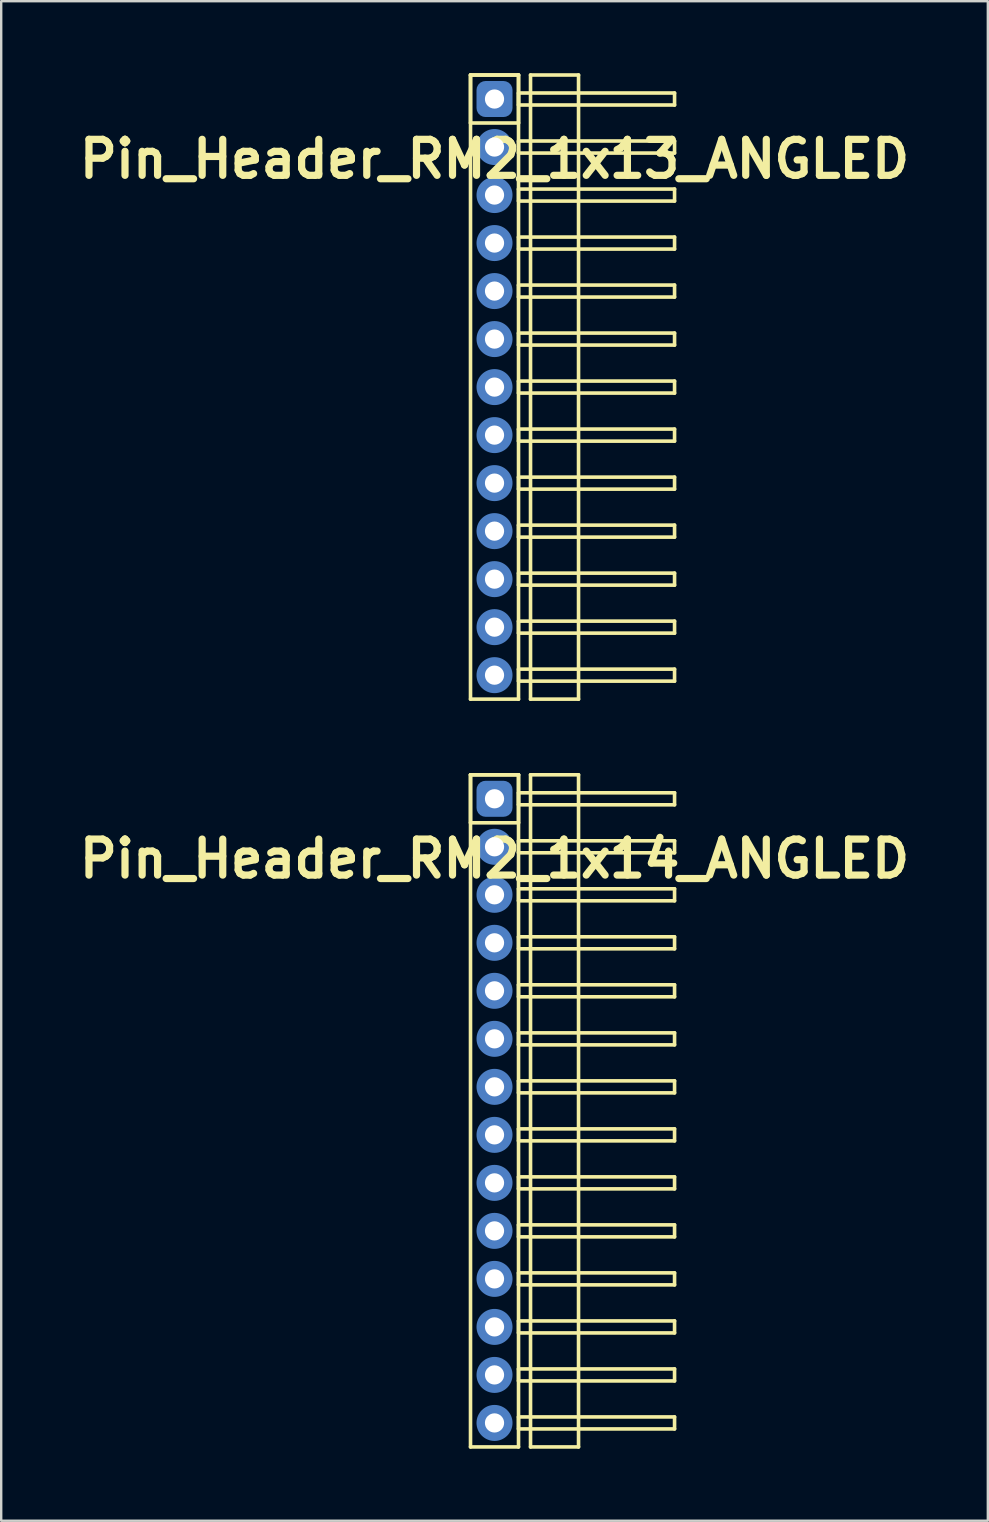
<source format=kicad_pcb>
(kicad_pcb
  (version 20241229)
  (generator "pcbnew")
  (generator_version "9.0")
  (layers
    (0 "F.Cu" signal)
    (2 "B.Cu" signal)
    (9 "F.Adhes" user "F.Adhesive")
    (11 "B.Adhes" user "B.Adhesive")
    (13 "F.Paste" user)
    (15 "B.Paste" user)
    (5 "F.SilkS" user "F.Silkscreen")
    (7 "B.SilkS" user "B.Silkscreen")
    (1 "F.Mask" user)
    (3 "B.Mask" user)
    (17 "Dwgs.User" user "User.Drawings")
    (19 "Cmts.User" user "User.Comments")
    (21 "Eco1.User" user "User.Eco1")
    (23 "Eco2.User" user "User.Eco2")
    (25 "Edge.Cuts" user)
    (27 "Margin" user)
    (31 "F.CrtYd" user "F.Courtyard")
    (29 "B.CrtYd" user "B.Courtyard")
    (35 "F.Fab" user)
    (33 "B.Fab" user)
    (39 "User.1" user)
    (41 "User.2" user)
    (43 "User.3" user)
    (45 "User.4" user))
  (footprint "Pin_Header_RM2_1x13_ANGLED"
    (layer "F.Cu")
    (at 17.55 1.075)
    (property "Reference" "Pin_Header_RM2_1x13_ANGLED" (at 0 2.5 0) (layer "F.SilkS") (effects (font (size 1.5 1.5) (thickness 0.3))))
    (attr through_hole)
    (fp_line (start -1 -1) (end 1 -1) (stroke (width 0.15) (type solid)) (layer "F.SilkS"))
    (fp_line (start -1 -1) (end 1 -1) (stroke (width 0.15) (type solid)) (layer "F.SilkS"))
    (fp_line (start -1 1) (end -1 -1) (stroke (width 0.15) (type solid)) (layer "F.SilkS"))
    (fp_line (start -1 25) (end -1 -1) (stroke (width 0.15) (type solid)) (layer "F.SilkS"))
    (fp_line (start 1 -1) (end 1 1) (stroke (width 0.15) (type solid)) (layer "F.SilkS"))
    (fp_line (start 1 -1) (end 1 25) (stroke (width 0.15) (type solid)) (layer "F.SilkS"))
    (fp_line (start 1 -0.25) (end 7.5 -0.25) (stroke (width 0.15) (type solid)) (layer "F.SilkS"))
    (fp_line (start 1 0.25) (end 1 -0.25) (stroke (width 0.15) (type solid)) (layer "F.SilkS"))
    (fp_line (start 1 1) (end -1 1) (stroke (width 0.15) (type solid)) (layer "F.SilkS"))
    (fp_line (start 1 1.75) (end 7.5 1.75) (stroke (width 0.15) (type solid)) (layer "F.SilkS"))
    (fp_line (start 1 2.25) (end 1 1.75) (stroke (width 0.15) (type solid)) (layer "F.SilkS"))
    (fp_line (start 1 3.75) (end 7.5 3.75) (stroke (width 0.15) (type solid)) (layer "F.SilkS"))
    (fp_line (start 1 4.25) (end 1 3.75) (stroke (width 0.15) (type solid)) (layer "F.SilkS"))
    (fp_line (start 1 5.75) (end 7.5 5.75) (stroke (width 0.15) (type solid)) (layer "F.SilkS"))
    (fp_line (start 1 6.25) (end 1 5.75) (stroke (width 0.15) (type solid)) (layer "F.SilkS"))
    (fp_line (start 1 7.75) (end 7.5 7.75) (stroke (width 0.15) (type solid)) (layer "F.SilkS"))
    (fp_line (start 1 8.25) (end 1 7.75) (stroke (width 0.15) (type solid)) (layer "F.SilkS"))
    (fp_line (start 1 9.75) (end 7.5 9.75) (stroke (width 0.15) (type solid)) (layer "F.SilkS"))
    (fp_line (start 1 10.25) (end 1 9.75) (stroke (width 0.15) (type solid)) (layer "F.SilkS"))
    (fp_line (start 1 11.75) (end 7.5 11.75) (stroke (width 0.15) (type solid)) (layer "F.SilkS"))
    (fp_line (start 1 12.25) (end 1 11.75) (stroke (width 0.15) (type solid)) (layer "F.SilkS"))
    (fp_line (start 1 13.75) (end 7.5 13.75) (stroke (width 0.15) (type solid)) (layer "F.SilkS"))
    (fp_line (start 1 14.25) (end 1 13.75) (stroke (width 0.15) (type solid)) (layer "F.SilkS"))
    (fp_line (start 1 15.75) (end 7.5 15.75) (stroke (width 0.15) (type solid)) (layer "F.SilkS"))
    (fp_line (start 1 16.25) (end 1 15.75) (stroke (width 0.15) (type solid)) (layer "F.SilkS"))
    (fp_line (start 1 17.75) (end 7.5 17.75) (stroke (width 0.15) (type solid)) (layer "F.SilkS"))
    (fp_line (start 1 18.25) (end 1 17.75) (stroke (width 0.15) (type solid)) (layer "F.SilkS"))
    (fp_line (start 1 19.75) (end 7.5 19.75) (stroke (width 0.15) (type solid)) (layer "F.SilkS"))
    (fp_line (start 1 20.25) (end 1 19.75) (stroke (width 0.15) (type solid)) (layer "F.SilkS"))
    (fp_line (start 1 21.75) (end 7.5 21.75) (stroke (width 0.15) (type solid)) (layer "F.SilkS"))
    (fp_line (start 1 22.25) (end 1 21.75) (stroke (width 0.15) (type solid)) (layer "F.SilkS"))
    (fp_line (start 1 23.75) (end 7.5 23.75) (stroke (width 0.15) (type solid)) (layer "F.SilkS"))
    (fp_line (start 1 24.25) (end 1 23.75) (stroke (width 0.15) (type solid)) (layer "F.SilkS"))
    (fp_line (start 1 25) (end -1 25) (stroke (width 0.15) (type solid)) (layer "F.SilkS"))
    (fp_line (start 1.5 -1) (end 3.5 -1) (stroke (width 0.15) (type solid)) (layer "F.SilkS"))
    (fp_line (start 1.5 25) (end 1.5 -1) (stroke (width 0.15) (type solid)) (layer "F.SilkS"))
    (fp_line (start 3.5 -1) (end 3.5 25) (stroke (width 0.15) (type solid)) (layer "F.SilkS"))
    (fp_line (start 3.5 25) (end 1.5 25) (stroke (width 0.15) (type solid)) (layer "F.SilkS"))
    (fp_line (start 7.5 -0.25) (end 7.5 0.25) (stroke (width 0.15) (type solid)) (layer "F.SilkS"))
    (fp_line (start 7.5 0.25) (end 1 0.25) (stroke (width 0.15) (type solid)) (layer "F.SilkS"))
    (fp_line (start 7.5 1.75) (end 7.5 2.25) (stroke (width 0.15) (type solid)) (layer "F.SilkS"))
    (fp_line (start 7.5 2.25) (end 1 2.25) (stroke (width 0.15) (type solid)) (layer "F.SilkS"))
    (fp_line (start 7.5 3.75) (end 7.5 4.25) (stroke (width 0.15) (type solid)) (layer "F.SilkS"))
    (fp_line (start 7.5 4.25) (end 1 4.25) (stroke (width 0.15) (type solid)) (layer "F.SilkS"))
    (fp_line (start 7.5 5.75) (end 7.5 6.25) (stroke (width 0.15) (type solid)) (layer "F.SilkS"))
    (fp_line (start 7.5 6.25) (end 1 6.25) (stroke (width 0.15) (type solid)) (layer "F.SilkS"))
    (fp_line (start 7.5 7.75) (end 7.5 8.25) (stroke (width 0.15) (type solid)) (layer "F.SilkS"))
    (fp_line (start 7.5 8.25) (end 1 8.25) (stroke (width 0.15) (type solid)) (layer "F.SilkS"))
    (fp_line (start 7.5 9.75) (end 7.5 10.25) (stroke (width 0.15) (type solid)) (layer "F.SilkS"))
    (fp_line (start 7.5 10.25) (end 1 10.25) (stroke (width 0.15) (type solid)) (layer "F.SilkS"))
    (fp_line (start 7.5 11.75) (end 7.5 12.25) (stroke (width 0.15) (type solid)) (layer "F.SilkS"))
    (fp_line (start 7.5 12.25) (end 1 12.25) (stroke (width 0.15) (type solid)) (layer "F.SilkS"))
    (fp_line (start 7.5 13.75) (end 7.5 14.25) (stroke (width 0.15) (type solid)) (layer "F.SilkS"))
    (fp_line (start 7.5 14.25) (end 1 14.25) (stroke (width 0.15) (type solid)) (layer "F.SilkS"))
    (fp_line (start 7.5 15.75) (end 7.5 16.25) (stroke (width 0.15) (type solid)) (layer "F.SilkS"))
    (fp_line (start 7.5 16.25) (end 1 16.25) (stroke (width 0.15) (type solid)) (layer "F.SilkS"))
    (fp_line (start 7.5 17.75) (end 7.5 18.25) (stroke (width 0.15) (type solid)) (layer "F.SilkS"))
    (fp_line (start 7.5 18.25) (end 1 18.25) (stroke (width 0.15) (type solid)) (layer "F.SilkS"))
    (fp_line (start 7.5 19.75) (end 7.5 20.25) (stroke (width 0.15) (type solid)) (layer "F.SilkS"))
    (fp_line (start 7.5 20.25) (end 1 20.25) (stroke (width 0.15) (type solid)) (layer "F.SilkS"))
    (fp_line (start 7.5 21.75) (end 7.5 22.25) (stroke (width 0.15) (type solid)) (layer "F.SilkS"))
    (fp_line (start 7.5 22.25) (end 1 22.25) (stroke (width 0.15) (type solid)) (layer "F.SilkS"))
    (fp_line (start 7.5 23.75) (end 7.5 24.25) (stroke (width 0.15) (type solid)) (layer "F.SilkS"))
    (fp_line (start 7.5 24.25) (end 1 24.25) (stroke (width 0.15) (type solid)) (layer "F.SilkS"))
    (pad "1" thru_hole circle (at 0 0) (size 1.1 1.1) (drill 0.8) (layers "*.Cu" "*.Mask"))
    (pad "1" smd roundrect (at 0 0) (size 1.25 1.25) (layers "F.Cu" "F.Mask") (roundrect_rratio 0.25))
    (pad "1" smd roundrect (at 0 0) (size 1.5 1.5) (layers "B.Cu" "B.Mask") (roundrect_rratio 0.25))
    (pad "2" thru_hole circle (at 0 2) (size 1.1 1.1) (drill 0.8) (layers "*.Cu" "*.Mask"))
    (pad "2" smd circle (at 0 2) (size 1.25 1.25) (layers "F.Cu" "F.Mask"))
    (pad "2" smd circle (at 0 2) (size 1.5 1.5) (layers "B.Cu" "B.Mask"))
    (pad "3" thru_hole circle (at 0 4) (size 1.1 1.1) (drill 0.8) (layers "*.Cu" "*.Mask"))
    (pad "3" smd circle (at 0 4) (size 1.25 1.25) (layers "F.Cu" "F.Mask"))
    (pad "3" smd circle (at 0 4) (size 1.5 1.5) (layers "B.Cu" "B.Mask"))
    (pad "4" thru_hole circle (at 0 6) (size 1.1 1.1) (drill 0.8) (layers "*.Cu" "*.Mask"))
    (pad "4" smd circle (at 0 6) (size 1.25 1.25) (layers "F.Cu" "F.Mask"))
    (pad "4" smd circle (at 0 6) (size 1.5 1.5) (layers "B.Cu" "B.Mask"))
    (pad "5" thru_hole circle (at 0 8) (size 1.1 1.1) (drill 0.8) (layers "*.Cu" "*.Mask"))
    (pad "5" smd circle (at 0 8) (size 1.25 1.25) (layers "F.Cu" "F.Mask"))
    (pad "5" smd circle (at 0 8) (size 1.5 1.5) (layers "B.Cu" "B.Mask"))
    (pad "6" thru_hole circle (at 0 10) (size 1.1 1.1) (drill 0.8) (layers "*.Cu" "*.Mask"))
    (pad "6" smd circle (at 0 10) (size 1.25 1.25) (layers "F.Cu" "F.Mask"))
    (pad "6" smd circle (at 0 10) (size 1.5 1.5) (layers "B.Cu" "B.Mask"))
    (pad "7" thru_hole circle (at 0 12) (size 1.1 1.1) (drill 0.8) (layers "*.Cu" "*.Mask"))
    (pad "7" smd circle (at 0 12) (size 1.25 1.25) (layers "F.Cu" "F.Mask"))
    (pad "7" smd circle (at 0 12) (size 1.5 1.5) (layers "B.Cu" "B.Mask"))
    (pad "8" thru_hole circle (at 0 14) (size 1.1 1.1) (drill 0.8) (layers "*.Cu" "*.Mask"))
    (pad "8" smd circle (at 0 14) (size 1.25 1.25) (layers "F.Cu" "F.Mask"))
    (pad "8" smd circle (at 0 14) (size 1.5 1.5) (layers "B.Cu" "B.Mask"))
    (pad "9" thru_hole circle (at 0 16) (size 1.1 1.1) (drill 0.8) (layers "*.Cu" "*.Mask"))
    (pad "9" smd circle (at 0 16) (size 1.25 1.25) (layers "F.Cu" "F.Mask"))
    (pad "9" smd circle (at 0 16) (size 1.5 1.5) (layers "B.Cu" "B.Mask"))
    (pad "10" thru_hole circle (at 0 18) (size 1.1 1.1) (drill 0.8) (layers "*.Cu" "*.Mask"))
    (pad "10" smd circle (at 0 18) (size 1.25 1.25) (layers "F.Cu" "F.Mask"))
    (pad "10" smd circle (at 0 18) (size 1.5 1.5) (layers "B.Cu" "B.Mask"))
    (pad "11" thru_hole circle (at 0 20) (size 1.1 1.1) (drill 0.8) (layers "*.Cu" "*.Mask"))
    (pad "11" smd circle (at 0 20) (size 1.25 1.25) (layers "F.Cu" "F.Mask"))
    (pad "11" smd circle (at 0 20) (size 1.5 1.5) (layers "B.Cu" "B.Mask"))
    (pad "12" thru_hole circle (at 0 22) (size 1.1 1.1) (drill 0.8) (layers "*.Cu" "*.Mask"))
    (pad "12" smd circle (at 0 22) (size 1.25 1.25) (layers "F.Cu" "F.Mask"))
    (pad "12" smd circle (at 0 22) (size 1.5 1.5) (layers "B.Cu" "B.Mask"))
    (pad "13" thru_hole circle (at 0 24) (size 1.1 1.1) (drill 0.8) (layers "*.Cu" "*.Mask"))
    (pad "13" smd circle (at 0 24) (size 1.25 1.25) (layers "F.Cu" "F.Mask"))
    (pad "13" smd circle (at 0 24) (size 1.5 1.5) (layers "B.Cu" "B.Mask")))
  (footprint "Pin_Header_RM2_1x14_ANGLED"
    (layer "F.Cu")
    (at 17.55 30.225)
    (property "Reference" "Pin_Header_RM2_1x14_ANGLED" (at 0 2.5 0) (layer "F.SilkS") (effects (font (size 1.5 1.5) (thickness 0.3))))
    (attr through_hole)
    (fp_line (start -1 -1) (end 1 -1) (stroke (width 0.15) (type solid)) (layer "F.SilkS"))
    (fp_line (start -1 -1) (end 1 -1) (stroke (width 0.15) (type solid)) (layer "F.SilkS"))
    (fp_line (start -1 1) (end -1 -1) (stroke (width 0.15) (type solid)) (layer "F.SilkS"))
    (fp_line (start -1 27) (end -1 -1) (stroke (width 0.15) (type solid)) (layer "F.SilkS"))
    (fp_line (start 1 -1) (end 1 1) (stroke (width 0.15) (type solid)) (layer "F.SilkS"))
    (fp_line (start 1 -1) (end 1 27) (stroke (width 0.15) (type solid)) (layer "F.SilkS"))
    (fp_line (start 1 -0.25) (end 7.5 -0.25) (stroke (width 0.15) (type solid)) (layer "F.SilkS"))
    (fp_line (start 1 0.25) (end 1 -0.25) (stroke (width 0.15) (type solid)) (layer "F.SilkS"))
    (fp_line (start 1 1) (end -1 1) (stroke (width 0.15) (type solid)) (layer "F.SilkS"))
    (fp_line (start 1 1.75) (end 7.5 1.75) (stroke (width 0.15) (type solid)) (layer "F.SilkS"))
    (fp_line (start 1 2.25) (end 1 1.75) (stroke (width 0.15) (type solid)) (layer "F.SilkS"))
    (fp_line (start 1 3.75) (end 7.5 3.75) (stroke (width 0.15) (type solid)) (layer "F.SilkS"))
    (fp_line (start 1 4.25) (end 1 3.75) (stroke (width 0.15) (type solid)) (layer "F.SilkS"))
    (fp_line (start 1 5.75) (end 7.5 5.75) (stroke (width 0.15) (type solid)) (layer "F.SilkS"))
    (fp_line (start 1 6.25) (end 1 5.75) (stroke (width 0.15) (type solid)) (layer "F.SilkS"))
    (fp_line (start 1 7.75) (end 7.5 7.75) (stroke (width 0.15) (type solid)) (layer "F.SilkS"))
    (fp_line (start 1 8.25) (end 1 7.75) (stroke (width 0.15) (type solid)) (layer "F.SilkS"))
    (fp_line (start 1 9.75) (end 7.5 9.75) (stroke (width 0.15) (type solid)) (layer "F.SilkS"))
    (fp_line (start 1 10.25) (end 1 9.75) (stroke (width 0.15) (type solid)) (layer "F.SilkS"))
    (fp_line (start 1 11.75) (end 7.5 11.75) (stroke (width 0.15) (type solid)) (layer "F.SilkS"))
    (fp_line (start 1 12.25) (end 1 11.75) (stroke (width 0.15) (type solid)) (layer "F.SilkS"))
    (fp_line (start 1 13.75) (end 7.5 13.75) (stroke (width 0.15) (type solid)) (layer "F.SilkS"))
    (fp_line (start 1 14.25) (end 1 13.75) (stroke (width 0.15) (type solid)) (layer "F.SilkS"))
    (fp_line (start 1 15.75) (end 7.5 15.75) (stroke (width 0.15) (type solid)) (layer "F.SilkS"))
    (fp_line (start 1 16.25) (end 1 15.75) (stroke (width 0.15) (type solid)) (layer "F.SilkS"))
    (fp_line (start 1 17.75) (end 7.5 17.75) (stroke (width 0.15) (type solid)) (layer "F.SilkS"))
    (fp_line (start 1 18.25) (end 1 17.75) (stroke (width 0.15) (type solid)) (layer "F.SilkS"))
    (fp_line (start 1 19.75) (end 7.5 19.75) (stroke (width 0.15) (type solid)) (layer "F.SilkS"))
    (fp_line (start 1 20.25) (end 1 19.75) (stroke (width 0.15) (type solid)) (layer "F.SilkS"))
    (fp_line (start 1 21.75) (end 7.5 21.75) (stroke (width 0.15) (type solid)) (layer "F.SilkS"))
    (fp_line (start 1 22.25) (end 1 21.75) (stroke (width 0.15) (type solid)) (layer "F.SilkS"))
    (fp_line (start 1 23.75) (end 7.5 23.75) (stroke (width 0.15) (type solid)) (layer "F.SilkS"))
    (fp_line (start 1 24.25) (end 1 23.75) (stroke (width 0.15) (type solid)) (layer "F.SilkS"))
    (fp_line (start 1 25.75) (end 7.5 25.75) (stroke (width 0.15) (type solid)) (layer "F.SilkS"))
    (fp_line (start 1 26.25) (end 1 25.75) (stroke (width 0.15) (type solid)) (layer "F.SilkS"))
    (fp_line (start 1 27) (end -1 27) (stroke (width 0.15) (type solid)) (layer "F.SilkS"))
    (fp_line (start 1.5 -1) (end 3.5 -1) (stroke (width 0.15) (type solid)) (layer "F.SilkS"))
    (fp_line (start 1.5 27) (end 1.5 -1) (stroke (width 0.15) (type solid)) (layer "F.SilkS"))
    (fp_line (start 3.5 -1) (end 3.5 27) (stroke (width 0.15) (type solid)) (layer "F.SilkS"))
    (fp_line (start 3.5 27) (end 1.5 27) (stroke (width 0.15) (type solid)) (layer "F.SilkS"))
    (fp_line (start 7.5 -0.25) (end 7.5 0.25) (stroke (width 0.15) (type solid)) (layer "F.SilkS"))
    (fp_line (start 7.5 0.25) (end 1 0.25) (stroke (width 0.15) (type solid)) (layer "F.SilkS"))
    (fp_line (start 7.5 1.75) (end 7.5 2.25) (stroke (width 0.15) (type solid)) (layer "F.SilkS"))
    (fp_line (start 7.5 2.25) (end 1 2.25) (stroke (width 0.15) (type solid)) (layer "F.SilkS"))
    (fp_line (start 7.5 3.75) (end 7.5 4.25) (stroke (width 0.15) (type solid)) (layer "F.SilkS"))
    (fp_line (start 7.5 4.25) (end 1 4.25) (stroke (width 0.15) (type solid)) (layer "F.SilkS"))
    (fp_line (start 7.5 5.75) (end 7.5 6.25) (stroke (width 0.15) (type solid)) (layer "F.SilkS"))
    (fp_line (start 7.5 6.25) (end 1 6.25) (stroke (width 0.15) (type solid)) (layer "F.SilkS"))
    (fp_line (start 7.5 7.75) (end 7.5 8.25) (stroke (width 0.15) (type solid)) (layer "F.SilkS"))
    (fp_line (start 7.5 8.25) (end 1 8.25) (stroke (width 0.15) (type solid)) (layer "F.SilkS"))
    (fp_line (start 7.5 9.75) (end 7.5 10.25) (stroke (width 0.15) (type solid)) (layer "F.SilkS"))
    (fp_line (start 7.5 10.25) (end 1 10.25) (stroke (width 0.15) (type solid)) (layer "F.SilkS"))
    (fp_line (start 7.5 11.75) (end 7.5 12.25) (stroke (width 0.15) (type solid)) (layer "F.SilkS"))
    (fp_line (start 7.5 12.25) (end 1 12.25) (stroke (width 0.15) (type solid)) (layer "F.SilkS"))
    (fp_line (start 7.5 13.75) (end 7.5 14.25) (stroke (width 0.15) (type solid)) (layer "F.SilkS"))
    (fp_line (start 7.5 14.25) (end 1 14.25) (stroke (width 0.15) (type solid)) (layer "F.SilkS"))
    (fp_line (start 7.5 15.75) (end 7.5 16.25) (stroke (width 0.15) (type solid)) (layer "F.SilkS"))
    (fp_line (start 7.5 16.25) (end 1 16.25) (stroke (width 0.15) (type solid)) (layer "F.SilkS"))
    (fp_line (start 7.5 17.75) (end 7.5 18.25) (stroke (width 0.15) (type solid)) (layer "F.SilkS"))
    (fp_line (start 7.5 18.25) (end 1 18.25) (stroke (width 0.15) (type solid)) (layer "F.SilkS"))
    (fp_line (start 7.5 19.75) (end 7.5 20.25) (stroke (width 0.15) (type solid)) (layer "F.SilkS"))
    (fp_line (start 7.5 20.25) (end 1 20.25) (stroke (width 0.15) (type solid)) (layer "F.SilkS"))
    (fp_line (start 7.5 21.75) (end 7.5 22.25) (stroke (width 0.15) (type solid)) (layer "F.SilkS"))
    (fp_line (start 7.5 22.25) (end 1 22.25) (stroke (width 0.15) (type solid)) (layer "F.SilkS"))
    (fp_line (start 7.5 23.75) (end 7.5 24.25) (stroke (width 0.15) (type solid)) (layer "F.SilkS"))
    (fp_line (start 7.5 24.25) (end 1 24.25) (stroke (width 0.15) (type solid)) (layer "F.SilkS"))
    (fp_line (start 7.5 25.75) (end 7.5 26.25) (stroke (width 0.15) (type solid)) (layer "F.SilkS"))
    (fp_line (start 7.5 26.25) (end 1 26.25) (stroke (width 0.15) (type solid)) (layer "F.SilkS"))
    (pad "1" thru_hole circle (at 0 0) (size 1.1 1.1) (drill 0.8) (layers "*.Cu" "*.Mask"))
    (pad "1" smd roundrect (at 0 0) (size 1.25 1.25) (layers "F.Cu" "F.Mask") (roundrect_rratio 0.25))
    (pad "1" smd roundrect (at 0 0) (size 1.5 1.5) (layers "B.Cu" "B.Mask") (roundrect_rratio 0.25))
    (pad "2" thru_hole circle (at 0 2) (size 1.1 1.1) (drill 0.8) (layers "*.Cu" "*.Mask"))
    (pad "2" smd circle (at 0 2) (size 1.25 1.25) (layers "F.Cu" "F.Mask"))
    (pad "2" smd circle (at 0 2) (size 1.5 1.5) (layers "B.Cu" "B.Mask"))
    (pad "3" thru_hole circle (at 0 4) (size 1.1 1.1) (drill 0.8) (layers "*.Cu" "*.Mask"))
    (pad "3" smd circle (at 0 4) (size 1.25 1.25) (layers "F.Cu" "F.Mask"))
    (pad "3" smd circle (at 0 4) (size 1.5 1.5) (layers "B.Cu" "B.Mask"))
    (pad "4" thru_hole circle (at 0 6) (size 1.1 1.1) (drill 0.8) (layers "*.Cu" "*.Mask"))
    (pad "4" smd circle (at 0 6) (size 1.25 1.25) (layers "F.Cu" "F.Mask"))
    (pad "4" smd circle (at 0 6) (size 1.5 1.5) (layers "B.Cu" "B.Mask"))
    (pad "5" thru_hole circle (at 0 8) (size 1.1 1.1) (drill 0.8) (layers "*.Cu" "*.Mask"))
    (pad "5" smd circle (at 0 8) (size 1.25 1.25) (layers "F.Cu" "F.Mask"))
    (pad "5" smd circle (at 0 8) (size 1.5 1.5) (layers "B.Cu" "B.Mask"))
    (pad "6" thru_hole circle (at 0 10) (size 1.1 1.1) (drill 0.8) (layers "*.Cu" "*.Mask"))
    (pad "6" smd circle (at 0 10) (size 1.25 1.25) (layers "F.Cu" "F.Mask"))
    (pad "6" smd circle (at 0 10) (size 1.5 1.5) (layers "B.Cu" "B.Mask"))
    (pad "7" thru_hole circle (at 0 12) (size 1.1 1.1) (drill 0.8) (layers "*.Cu" "*.Mask"))
    (pad "7" smd circle (at 0 12) (size 1.25 1.25) (layers "F.Cu" "F.Mask"))
    (pad "7" smd circle (at 0 12) (size 1.5 1.5) (layers "B.Cu" "B.Mask"))
    (pad "8" thru_hole circle (at 0 14) (size 1.1 1.1) (drill 0.8) (layers "*.Cu" "*.Mask"))
    (pad "8" smd circle (at 0 14) (size 1.25 1.25) (layers "F.Cu" "F.Mask"))
    (pad "8" smd circle (at 0 14) (size 1.5 1.5) (layers "B.Cu" "B.Mask"))
    (pad "9" thru_hole circle (at 0 16) (size 1.1 1.1) (drill 0.8) (layers "*.Cu" "*.Mask"))
    (pad "9" smd circle (at 0 16) (size 1.25 1.25) (layers "F.Cu" "F.Mask"))
    (pad "9" smd circle (at 0 16) (size 1.5 1.5) (layers "B.Cu" "B.Mask"))
    (pad "10" thru_hole circle (at 0 18) (size 1.1 1.1) (drill 0.8) (layers "*.Cu" "*.Mask"))
    (pad "10" smd circle (at 0 18) (size 1.25 1.25) (layers "F.Cu" "F.Mask"))
    (pad "10" smd circle (at 0 18) (size 1.5 1.5) (layers "B.Cu" "B.Mask"))
    (pad "11" thru_hole circle (at 0 20) (size 1.1 1.1) (drill 0.8) (layers "*.Cu" "*.Mask"))
    (pad "11" smd circle (at 0 20) (size 1.25 1.25) (layers "F.Cu" "F.Mask"))
    (pad "11" smd circle (at 0 20) (size 1.5 1.5) (layers "B.Cu" "B.Mask"))
    (pad "12" thru_hole circle (at 0 22) (size 1.1 1.1) (drill 0.8) (layers "*.Cu" "*.Mask"))
    (pad "12" smd circle (at 0 22) (size 1.25 1.25) (layers "F.Cu" "F.Mask"))
    (pad "12" smd circle (at 0 22) (size 1.5 1.5) (layers "B.Cu" "B.Mask"))
    (pad "13" thru_hole circle (at 0 24) (size 1.1 1.1) (drill 0.8) (layers "*.Cu" "*.Mask"))
    (pad "13" smd circle (at 0 24) (size 1.25 1.25) (layers "F.Cu" "F.Mask"))
    (pad "13" smd circle (at 0 24) (size 1.5 1.5) (layers "B.Cu" "B.Mask"))
    (pad "14" thru_hole circle (at 0 26) (size 1.1 1.1) (drill 0.8) (layers "*.Cu" "*.Mask"))
    (pad "14" smd circle (at 0 26) (size 1.25 1.25) (layers "F.Cu" "F.Mask"))
    (pad "14" smd circle (at 0 26) (size 1.5 1.5) (layers "B.Cu" "B.Mask")))
  (gr_rect
    (start -3 -3)
    (end 38.1 60.3)
    (stroke (width 0.1) (type default))
    (fill no)
    (layer "Edge.Cuts")))
</source>
